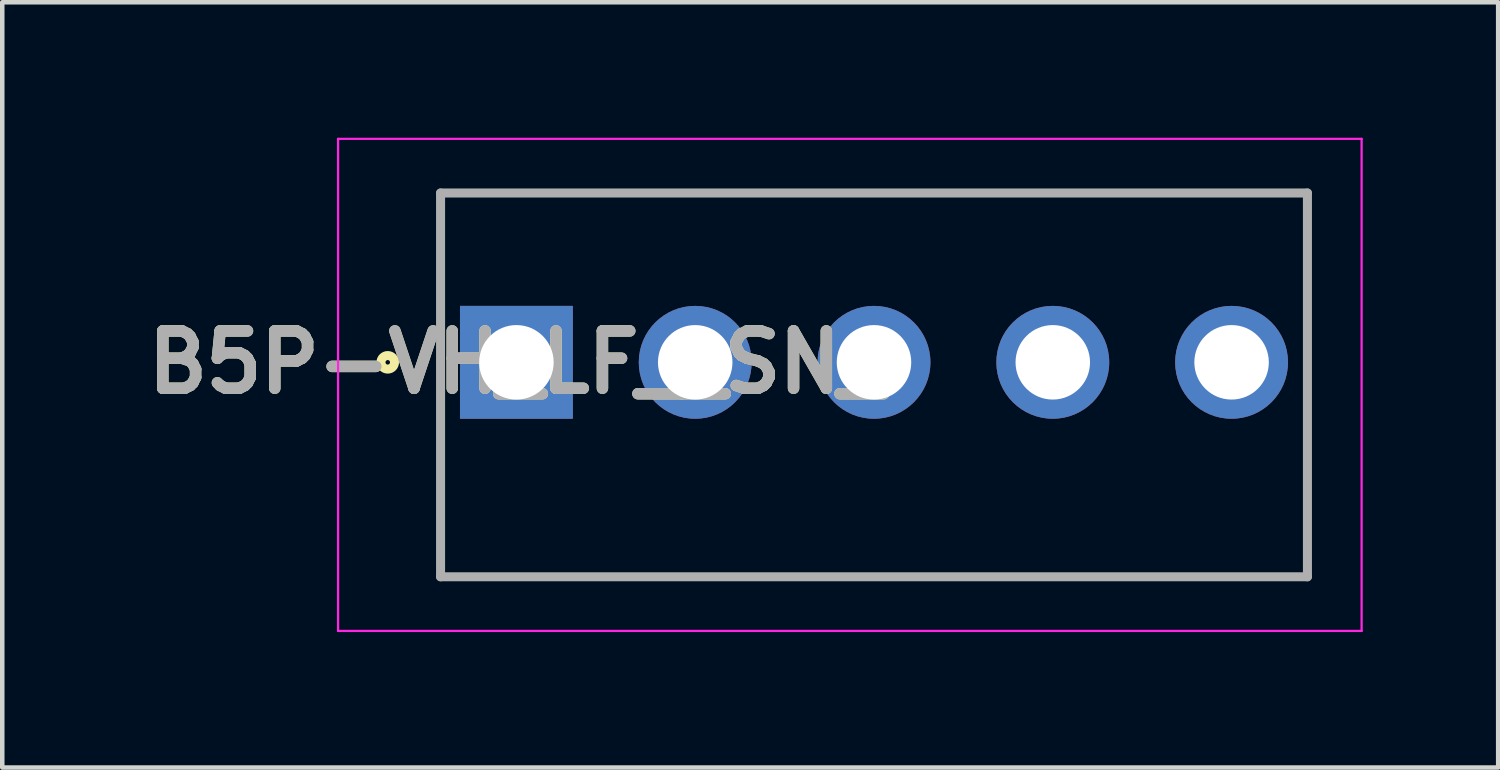
<source format=kicad_pcb>
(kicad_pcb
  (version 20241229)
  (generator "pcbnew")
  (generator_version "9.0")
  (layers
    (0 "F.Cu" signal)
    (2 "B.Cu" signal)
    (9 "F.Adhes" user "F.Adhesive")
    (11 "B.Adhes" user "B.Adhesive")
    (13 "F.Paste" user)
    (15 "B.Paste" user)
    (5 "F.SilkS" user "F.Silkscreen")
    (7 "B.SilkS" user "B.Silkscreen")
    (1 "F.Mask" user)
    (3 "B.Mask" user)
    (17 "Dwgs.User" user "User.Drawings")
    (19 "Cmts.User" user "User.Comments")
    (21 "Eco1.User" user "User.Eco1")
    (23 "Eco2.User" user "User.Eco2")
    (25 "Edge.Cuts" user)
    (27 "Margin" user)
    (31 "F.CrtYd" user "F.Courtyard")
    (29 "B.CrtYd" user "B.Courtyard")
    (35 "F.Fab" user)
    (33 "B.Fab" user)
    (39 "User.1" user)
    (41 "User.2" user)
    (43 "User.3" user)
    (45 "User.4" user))
  (footprint "B5P-VH_LF__SN_"
    (layer "F.Cu")
    (at 8.388 4.975)
    (property "Reference" "B5P-VH_LF__SN_" (at 0 0 0) (layer "F.SilkS") (effects (font (size 1.27 1.27) (thickness 0.254))))
    (attr through_hole)
    (fp_line (start -1.68 -3.75) (end 17.52 -3.75) (stroke (width 0.1) (type solid)) (layer "F.SilkS"))
    (fp_line (start -1.68 4.75) (end -1.68 -3.75) (stroke (width 0.1) (type solid)) (layer "F.SilkS"))
    (fp_line (start 17.52 -3.75) (end 17.52 4.75) (stroke (width 0.1) (type solid)) (layer "F.SilkS"))
    (fp_line (start 17.52 4.75) (end -1.68 4.75) (stroke (width 0.1) (type solid)) (layer "F.SilkS"))
    (fp_circle (center -2.85 0) (end -2.85 0.05) (stroke (width 0.2) (type solid)) (fill no) (layer "F.SilkS"))
    (fp_line (start -3.95 -4.95) (end 18.72 -4.95) (stroke (width 0.05) (type solid)) (layer "F.CrtYd"))
    (fp_line (start -3.95 5.95) (end -3.95 -4.95) (stroke (width 0.05) (type solid)) (layer "F.CrtYd"))
    (fp_line (start 18.72 -4.95) (end 18.72 5.95) (stroke (width 0.05) (type solid)) (layer "F.CrtYd"))
    (fp_line (start 18.72 5.95) (end -3.95 5.95) (stroke (width 0.05) (type solid)) (layer "F.CrtYd"))
    (fp_line (start -1.68 -3.75) (end 17.52 -3.75) (stroke (width 0.2) (type solid)) (layer "F.Fab"))
    (fp_line (start -1.68 4.75) (end -1.68 -3.75) (stroke (width 0.2) (type solid)) (layer "F.Fab"))
    (fp_line (start 17.52 -3.75) (end 17.52 4.75) (stroke (width 0.2) (type solid)) (layer "F.Fab"))
    (fp_line (start 17.52 4.75) (end -1.68 4.75) (stroke (width 0.2) (type solid)) (layer "F.Fab"))
    (fp_text user "${REFERENCE}" (at 0 0 0) (layer "F.Fab") (effects (font (size 1.27 1.27) (thickness 0.254))))
    (pad "1" thru_hole rect (at 0 0) (size 2.5 2.5) (drill 1.65) (layers "*.Cu" "*.Mask"))
    (pad "2" thru_hole circle (at 3.96 0) (size 2.5 2.5) (drill 1.65) (layers "*.Cu" "*.Mask"))
    (pad "3" thru_hole circle (at 7.92 0) (size 2.5 2.5) (drill 1.65) (layers "*.Cu" "*.Mask"))
    (pad "4" thru_hole circle (at 11.88 0) (size 2.5 2.5) (drill 1.65) (layers "*.Cu" "*.Mask"))
    (pad "5" thru_hole circle (at 15.84 0) (size 2.5 2.5) (drill 1.65) (layers "*.Cu" "*.Mask")))
  (gr_rect
    (start -3 -3)
    (end 30.133 13.95)
    (stroke (width 0.1) (type default))
    (fill no)
    (layer "Edge.Cuts")))
</source>
